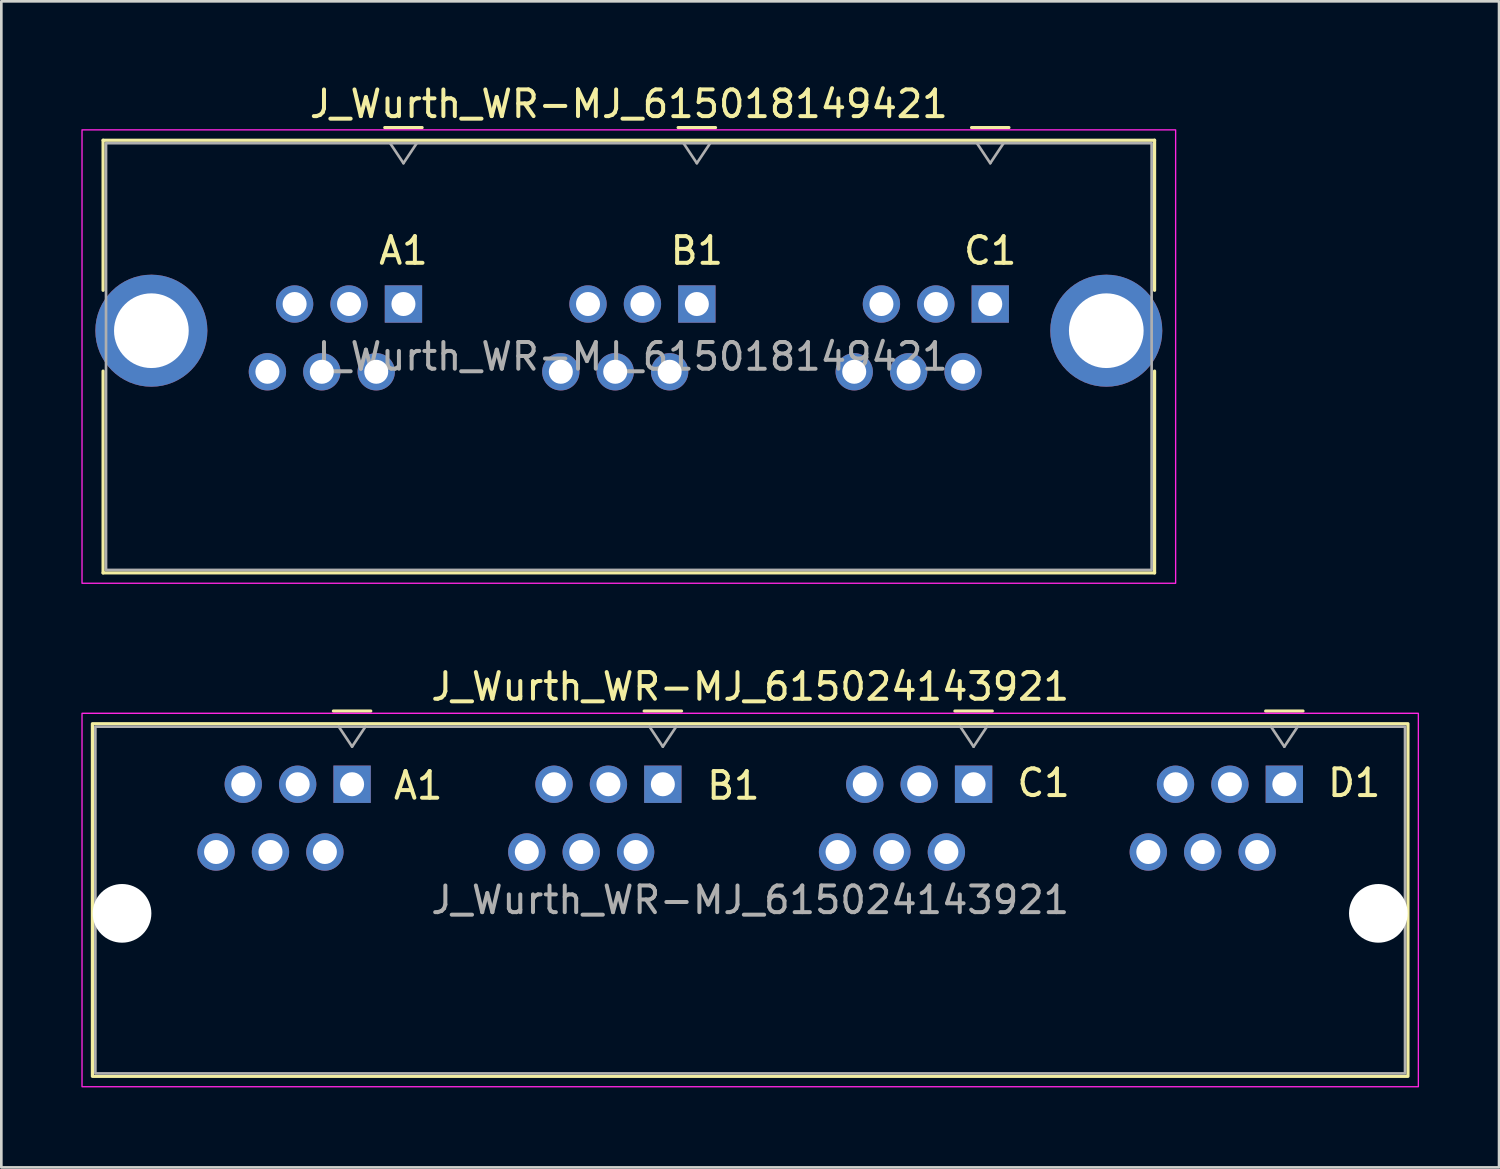
<source format=kicad_pcb>
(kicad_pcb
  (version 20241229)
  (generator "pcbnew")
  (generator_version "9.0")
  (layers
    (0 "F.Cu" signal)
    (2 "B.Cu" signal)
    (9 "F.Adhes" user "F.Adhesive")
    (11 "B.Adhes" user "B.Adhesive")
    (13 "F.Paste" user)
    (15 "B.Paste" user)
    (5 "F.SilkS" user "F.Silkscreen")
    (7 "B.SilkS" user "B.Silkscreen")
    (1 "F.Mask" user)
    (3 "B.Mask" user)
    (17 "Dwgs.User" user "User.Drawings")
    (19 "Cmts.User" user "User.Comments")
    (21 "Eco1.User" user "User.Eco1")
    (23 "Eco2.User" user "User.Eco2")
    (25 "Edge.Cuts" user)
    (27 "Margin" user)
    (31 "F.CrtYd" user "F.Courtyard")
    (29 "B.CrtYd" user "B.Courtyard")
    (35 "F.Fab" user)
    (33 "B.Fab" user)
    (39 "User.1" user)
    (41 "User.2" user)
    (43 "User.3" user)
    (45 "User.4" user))
  (footprint "J_Wurth_WR-MJ_615018149421"
    (layer "F.Cu")
    (at 12.075 8.348)
    (property "Reference" "J_Wurth_WR-MJ_615018149421" (at 8.45 -7.5 0) (unlocked yes) (layer "F.SilkS") (effects (font (size 1 1) (thickness 0.15))))
    (attr through_hole)
    (fp_line (start -11.26 -0.514) (end -11.26 -6.14) (stroke (width 0.12) (type solid)) (layer "F.SilkS"))
    (fp_line (start -11.26 2.514) (end -11.26 10.08) (stroke (width 0.12) (type solid)) (layer "F.SilkS"))
    (fp_line (start 0.7 -6.615) (end -0.7 -6.615) (stroke (width 0.12) (type solid)) (layer "F.SilkS"))
    (fp_line (start 11.7 -6.615) (end 10.3 -6.615) (stroke (width 0.12) (type solid)) (layer "F.SilkS"))
    (fp_line (start 22.7 -6.615) (end 21.3 -6.615) (stroke (width 0.12) (type solid)) (layer "F.SilkS"))
    (fp_line (start 28.16 -6.14) (end -11.26 -6.14) (stroke (width 0.12) (type solid)) (layer "F.SilkS"))
    (fp_line (start 28.16 -0.514) (end 28.16 -6.14) (stroke (width 0.12) (type solid)) (layer "F.SilkS"))
    (fp_line (start 28.16 2.514) (end 28.16 10.08) (stroke (width 0.12) (type solid)) (layer "F.SilkS"))
    (fp_line (start 28.16 10.08) (end -11.26 10.08) (stroke (width 0.12) (type solid)) (layer "F.SilkS"))
    (fp_rect (start -12.05 -6.53) (end 28.95 10.47) (stroke (width 0.05) (type solid)) (fill no) (layer "F.CrtYd"))
    (fp_line (start 0 -5.28) (end -0.5 -6.03) (stroke (width 0.1) (type solid)) (layer "F.Fab"))
    (fp_line (start 0 -5.28) (end 0.5 -6.03) (stroke (width 0.1) (type solid)) (layer "F.Fab"))
    (fp_line (start 11 -5.28) (end 10.5 -6.03) (stroke (width 0.1) (type solid)) (layer "F.Fab"))
    (fp_line (start 11 -5.28) (end 11.5 -6.03) (stroke (width 0.1) (type solid)) (layer "F.Fab"))
    (fp_line (start 22 -5.28) (end 21.5 -6.03) (stroke (width 0.1) (type solid)) (layer "F.Fab"))
    (fp_line (start 22 -5.28) (end 22.5 -6.03) (stroke (width 0.1) (type solid)) (layer "F.Fab"))
    (fp_rect (start -11.15 -6.03) (end 28.05 9.97) (stroke (width 0.1) (type solid)) (fill no) (layer "F.Fab"))
    (fp_text user "A1" (at 0 -2 0) (unlocked yes) (layer "F.SilkS") (effects (font (size 1 1) (thickness 0.15))))
    (fp_text user "B1" (at 11 -2 0) (unlocked yes) (layer "F.SilkS") (effects (font (size 1 1) (thickness 0.15))))
    (fp_text user "C1" (at 22 -2 0) (unlocked yes) (layer "F.SilkS") (effects (font (size 1 1) (thickness 0.15))))
    (fp_text user "${REFERENCE}" (at 8.45 1.97 0) (unlocked yes) (layer "F.Fab") (effects (font (size 1 1) (thickness 0.15))))
    (pad "A1" thru_hole rect (at 0 0) (size 1.4 1.4) (drill 0.9) (layers "*.Cu" "*.Mask"))
    (pad "A2" thru_hole circle (at -1.02 2.54) (size 1.4 1.4) (drill 0.9) (layers "*.Cu" "*.Mask"))
    (pad "A3" thru_hole circle (at -2.04 0) (size 1.4 1.4) (drill 0.9) (layers "*.Cu" "*.Mask"))
    (pad "A4" thru_hole circle (at -3.06 2.54) (size 1.4 1.4) (drill 0.9) (layers "*.Cu" "*.Mask"))
    (pad "A5" thru_hole circle (at -4.08 0) (size 1.4 1.4) (drill 0.9) (layers "*.Cu" "*.Mask"))
    (pad "A6" thru_hole circle (at -5.1 2.54) (size 1.4 1.4) (drill 0.9) (layers "*.Cu" "*.Mask"))
    (pad "B1" thru_hole rect (at 11 0) (size 1.4 1.4) (drill 0.9) (layers "*.Cu" "*.Mask"))
    (pad "B2" thru_hole circle (at 9.98 2.54) (size 1.4 1.4) (drill 0.9) (layers "*.Cu" "*.Mask"))
    (pad "B3" thru_hole circle (at 8.96 0) (size 1.4 1.4) (drill 0.9) (layers "*.Cu" "*.Mask"))
    (pad "B4" thru_hole circle (at 7.94 2.54) (size 1.4 1.4) (drill 0.9) (layers "*.Cu" "*.Mask"))
    (pad "B5" thru_hole circle (at 6.92 0) (size 1.4 1.4) (drill 0.9) (layers "*.Cu" "*.Mask"))
    (pad "B6" thru_hole circle (at 5.9 2.54) (size 1.4 1.4) (drill 0.9) (layers "*.Cu" "*.Mask"))
    (pad "C1" thru_hole rect (at 22 0) (size 1.4 1.4) (drill 0.9) (layers "*.Cu" "*.Mask"))
    (pad "C2" thru_hole circle (at 20.98 2.54) (size 1.4 1.4) (drill 0.9) (layers "*.Cu" "*.Mask"))
    (pad "C3" thru_hole circle (at 19.96 0) (size 1.4 1.4) (drill 0.9) (layers "*.Cu" "*.Mask"))
    (pad "C4" thru_hole circle (at 18.94 2.54) (size 1.4 1.4) (drill 0.9) (layers "*.Cu" "*.Mask"))
    (pad "C5" thru_hole circle (at 17.92 0) (size 1.4 1.4) (drill 0.9) (layers "*.Cu" "*.Mask"))
    (pad "C6" thru_hole circle (at 16.9 2.54) (size 1.4 1.4) (drill 0.9) (layers "*.Cu" "*.Mask"))
    (pad "S1" thru_hole circle (at -9.45 1) (size 4.2 4.2) (drill 2.8) (layers "*.Cu" "*.Mask"))
    (pad "S2" thru_hole circle (at 26.35 1) (size 4.2 4.2) (drill 2.8) (layers "*.Cu" "*.Mask")))
  (footprint "J_Wurth_WR-MJ_615024143921"
    (layer "F.Cu")
    (at 10.15 26.352)
    (property "Reference" "J_Wurth_WR-MJ_615024143921" (at 14.925 -3.66 0) (unlocked yes) (layer "F.SilkS") (effects (font (size 1 1) (thickness 0.15))))
    (attr through_hole)
    (fp_line (start 0.7 -2.745) (end -0.7 -2.745) (stroke (width 0.12) (type solid)) (layer "F.SilkS"))
    (fp_line (start 12.35 -2.745) (end 10.95 -2.745) (stroke (width 0.12) (type solid)) (layer "F.SilkS"))
    (fp_line (start 24 -2.745) (end 22.6 -2.745) (stroke (width 0.12) (type solid)) (layer "F.SilkS"))
    (fp_line (start 35.65 -2.745) (end 34.25 -2.745) (stroke (width 0.12) (type solid)) (layer "F.SilkS"))
    (fp_rect (start -9.735 -2.27) (end 39.585 10.95) (stroke (width 0.12) (type solid)) (fill no) (layer "F.SilkS"))
    (fp_rect (start -10.125 -2.66) (end 39.975 11.34) (stroke (width 0.05) (type default)) (fill no) (layer "F.CrtYd"))
    (fp_line (start 0 -1.41) (end -0.5 -2.16) (stroke (width 0.1) (type solid)) (layer "F.Fab"))
    (fp_line (start 0 -1.41) (end 0.5 -2.16) (stroke (width 0.1) (type solid)) (layer "F.Fab"))
    (fp_line (start 11.65 -1.41) (end 11.15 -2.16) (stroke (width 0.1) (type solid)) (layer "F.Fab"))
    (fp_line (start 11.65 -1.41) (end 12.15 -2.16) (stroke (width 0.1) (type solid)) (layer "F.Fab"))
    (fp_line (start 23.3 -1.41) (end 22.8 -2.16) (stroke (width 0.1) (type solid)) (layer "F.Fab"))
    (fp_line (start 23.3 -1.41) (end 23.8 -2.16) (stroke (width 0.1) (type solid)) (layer "F.Fab"))
    (fp_line (start 34.95 -1.41) (end 34.45 -2.16) (stroke (width 0.1) (type solid)) (layer "F.Fab"))
    (fp_line (start 34.95 -1.41) (end 35.45 -2.16) (stroke (width 0.1) (type solid)) (layer "F.Fab"))
    (fp_rect (start -9.625 -2.16) (end 39.475 10.84) (stroke (width 0.1) (type solid)) (fill no) (layer "F.Fab"))
    (fp_text user "C1" (at 24.85 0.535 0) (unlocked yes) (layer "F.SilkS") (effects (font (size 1 1) (thickness 0.15)) (justify left bottom)))
    (fp_text user "D1" (at 36.495 0.535 0) (unlocked yes) (layer "F.SilkS") (effects (font (size 1 1) (thickness 0.15)) (justify left bottom)))
    (fp_text user "A1" (at 1.475 0.635 0) (unlocked yes) (layer "F.SilkS") (effects (font (size 1 1) (thickness 0.15)) (justify left bottom)))
    (fp_text user "B1" (at 13.22 0.635 0) (unlocked yes) (layer "F.SilkS") (effects (font (size 1 1) (thickness 0.15)) (justify left bottom)))
    (fp_text user "${REFERENCE}" (at 14.925 4.34 0) (unlocked yes) (layer "F.Fab") (effects (font (size 1 1) (thickness 0.15))))
    (pad "" np_thru_hole circle (at -8.625 4.84) (size 2.2 2.2) (drill 2.2) (layers "*.Cu" "*.Mask"))
    (pad "" np_thru_hole circle (at 38.475 4.84) (size 2.2 2.2) (drill 2.2) (layers "*.Cu" "*.Mask"))
    (pad "A1" thru_hole rect (at 0 0) (size 1.4 1.4) (drill 0.9) (layers "*.Cu" "*.Mask"))
    (pad "A2" thru_hole circle (at -1.02 2.54) (size 1.4 1.4) (drill 0.9) (layers "*.Cu" "*.Mask"))
    (pad "A3" thru_hole circle (at -2.04 0) (size 1.4 1.4) (drill 0.9) (layers "*.Cu" "*.Mask"))
    (pad "A4" thru_hole circle (at -3.06 2.54) (size 1.4 1.4) (drill 0.9) (layers "*.Cu" "*.Mask"))
    (pad "A5" thru_hole circle (at -4.08 0) (size 1.4 1.4) (drill 0.9) (layers "*.Cu" "*.Mask"))
    (pad "A6" thru_hole circle (at -5.1 2.54) (size 1.4 1.4) (drill 0.9) (layers "*.Cu" "*.Mask"))
    (pad "B1" thru_hole rect (at 11.65 0) (size 1.4 1.4) (drill 0.9) (layers "*.Cu" "*.Mask"))
    (pad "B2" thru_hole circle (at 10.63 2.54) (size 1.4 1.4) (drill 0.9) (layers "*.Cu" "*.Mask"))
    (pad "B3" thru_hole circle (at 9.61 0) (size 1.4 1.4) (drill 0.9) (layers "*.Cu" "*.Mask"))
    (pad "B4" thru_hole circle (at 8.59 2.54) (size 1.4 1.4) (drill 0.9) (layers "*.Cu" "*.Mask"))
    (pad "B5" thru_hole circle (at 7.57 0) (size 1.4 1.4) (drill 0.9) (layers "*.Cu" "*.Mask"))
    (pad "B6" thru_hole circle (at 6.55 2.54) (size 1.4 1.4) (drill 0.9) (layers "*.Cu" "*.Mask"))
    (pad "C1" thru_hole rect (at 23.3 0) (size 1.4 1.4) (drill 0.9) (layers "*.Cu" "*.Mask"))
    (pad "C2" thru_hole circle (at 22.28 2.54) (size 1.4 1.4) (drill 0.9) (layers "*.Cu" "*.Mask"))
    (pad "C3" thru_hole circle (at 21.26 0) (size 1.4 1.4) (drill 0.9) (layers "*.Cu" "*.Mask"))
    (pad "C4" thru_hole circle (at 20.24 2.54) (size 1.4 1.4) (drill 0.9) (layers "*.Cu" "*.Mask"))
    (pad "C5" thru_hole circle (at 19.22 0) (size 1.4 1.4) (drill 0.9) (layers "*.Cu" "*.Mask"))
    (pad "C6" thru_hole circle (at 18.2 2.54) (size 1.4 1.4) (drill 0.9) (layers "*.Cu" "*.Mask"))
    (pad "D1" thru_hole rect (at 34.95 0) (size 1.4 1.4) (drill 0.9) (layers "*.Cu" "*.Mask"))
    (pad "D2" thru_hole circle (at 33.93 2.54) (size 1.4 1.4) (drill 0.9) (layers "*.Cu" "*.Mask"))
    (pad "D3" thru_hole circle (at 32.91 0) (size 1.4 1.4) (drill 0.9) (layers "*.Cu" "*.Mask"))
    (pad "D4" thru_hole circle (at 31.89 2.54) (size 1.4 1.4) (drill 0.9) (layers "*.Cu" "*.Mask"))
    (pad "D5" thru_hole circle (at 30.87 0) (size 1.4 1.4) (drill 0.9) (layers "*.Cu" "*.Mask"))
    (pad "D6" thru_hole circle (at 29.85 2.54) (size 1.4 1.4) (drill 0.9) (layers "*.Cu" "*.Mask")))
  (gr_rect
    (start -3 -3)
    (end 53.15 40.717)
    (stroke (width 0.1) (type default))
    (fill no)
    (layer "Edge.Cuts")))
</source>
